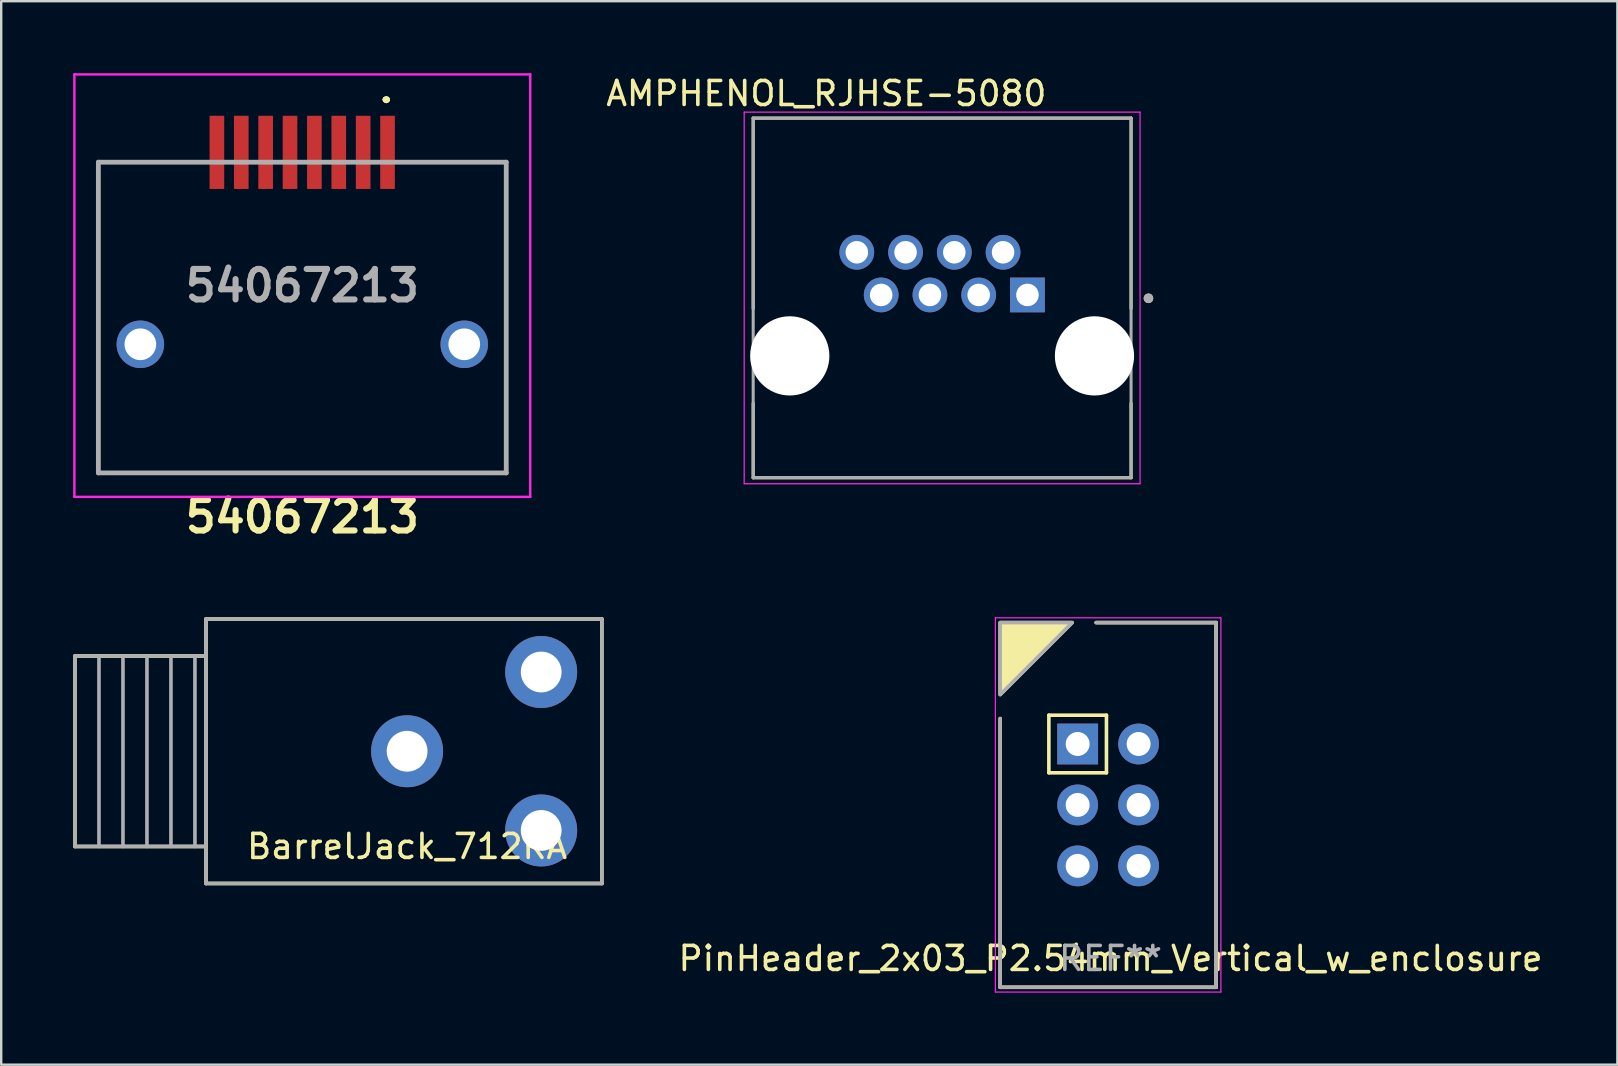
<source format=kicad_pcb>
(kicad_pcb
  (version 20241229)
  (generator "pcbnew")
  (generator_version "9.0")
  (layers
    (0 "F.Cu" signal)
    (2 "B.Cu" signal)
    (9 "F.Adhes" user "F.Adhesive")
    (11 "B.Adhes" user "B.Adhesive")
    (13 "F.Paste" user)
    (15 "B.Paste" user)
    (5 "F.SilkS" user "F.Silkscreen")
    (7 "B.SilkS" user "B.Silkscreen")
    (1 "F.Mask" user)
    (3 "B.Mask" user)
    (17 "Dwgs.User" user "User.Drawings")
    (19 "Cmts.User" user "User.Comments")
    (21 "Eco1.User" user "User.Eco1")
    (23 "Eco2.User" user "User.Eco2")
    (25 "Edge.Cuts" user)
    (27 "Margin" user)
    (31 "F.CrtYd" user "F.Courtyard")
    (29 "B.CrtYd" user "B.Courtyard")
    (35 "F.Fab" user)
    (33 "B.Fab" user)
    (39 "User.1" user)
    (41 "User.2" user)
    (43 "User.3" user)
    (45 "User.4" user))
  (footprint "54067213"
    (layer "F.Cu")
    (at 9.55 10.185)
    (property "Reference" "54067213" (at 0 8.3 0) (layer "F.SilkS") (effects (font (size 1.27 1.27) (thickness 0.254))))
    (attr through_hole)
    (fp_line (start -8.5 -6.475) (end -8.5 -6.475) (stroke (width 0.1) (type solid)) (layer "F.SilkS"))
    (fp_line (start -8.5 -6.475) (end -8.5 -6.475) (stroke (width 0.1) (type solid)) (layer "F.SilkS"))
    (fp_line (start -8.5 -6.475) (end -8.5 6.475) (stroke (width 0.1) (type solid)) (layer "F.SilkS"))
    (fp_line (start -8.5 -6.475) (end -4.5 -6.475) (stroke (width 0.1) (type solid)) (layer "F.SilkS"))
    (fp_line (start -8.5 6.475) (end -8.5 -6.475) (stroke (width 0.1) (type solid)) (layer "F.SilkS"))
    (fp_line (start -8.5 6.475) (end -8.5 6.475) (stroke (width 0.1) (type solid)) (layer "F.SilkS"))
    (fp_line (start -8.5 6.475) (end -8.5 6.475) (stroke (width 0.1) (type solid)) (layer "F.SilkS"))
    (fp_line (start -8.5 6.475) (end 8.5 6.475) (stroke (width 0.1) (type solid)) (layer "F.SilkS"))
    (fp_line (start -4.5 -6.475) (end -8.5 -6.475) (stroke (width 0.1) (type solid)) (layer "F.SilkS"))
    (fp_line (start -4.5 -6.475) (end -4.5 -6.475) (stroke (width 0.1) (type solid)) (layer "F.SilkS"))
    (fp_line (start 3.45 -9.085) (end 3.45 -9.085) (stroke (width 0.2) (type solid)) (layer "F.SilkS"))
    (fp_line (start 3.45 -9.085) (end 3.45 -9.085) (stroke (width 0.2) (type solid)) (layer "F.SilkS"))
    (fp_line (start 3.55 -9.085) (end 3.55 -9.085) (stroke (width 0.2) (type solid)) (layer "F.SilkS"))
    (fp_line (start 4.5 -6.475) (end 4.5 -6.475) (stroke (width 0.1) (type solid)) (layer "F.SilkS"))
    (fp_line (start 4.5 -6.475) (end 8.5 -6.475) (stroke (width 0.1) (type solid)) (layer "F.SilkS"))
    (fp_line (start 8.5 -6.475) (end 4.5 -6.475) (stroke (width 0.1) (type solid)) (layer "F.SilkS"))
    (fp_line (start 8.5 -6.475) (end 8.5 -6.475) (stroke (width 0.1) (type solid)) (layer "F.SilkS"))
    (fp_line (start 8.5 -6.475) (end 8.5 -6.475) (stroke (width 0.1) (type solid)) (layer "F.SilkS"))
    (fp_line (start 8.5 -6.475) (end 8.5 6.475) (stroke (width 0.1) (type solid)) (layer "F.SilkS"))
    (fp_line (start 8.5 6.475) (end -8.5 6.475) (stroke (width 0.1) (type solid)) (layer "F.SilkS"))
    (fp_line (start 8.5 6.475) (end 8.5 -6.475) (stroke (width 0.1) (type solid)) (layer "F.SilkS"))
    (fp_line (start 8.5 6.475) (end 8.5 6.475) (stroke (width 0.1) (type solid)) (layer "F.SilkS"))
    (fp_line (start 8.5 6.475) (end 8.5 6.475) (stroke (width 0.1) (type solid)) (layer "F.SilkS"))
    (fp_arc (start 3.45 -9.085) (mid 3.5 -9.135) (end 3.55 -9.085) (stroke (width 0.2) (type solid)) (layer "F.SilkS"))
    (fp_arc (start 3.55 -9.085) (mid 3.5 -9.035) (end 3.45 -9.085) (stroke (width 0.2) (type solid)) (layer "F.SilkS"))
    (fp_arc (start 3.55 -9.085) (mid 3.5 -9.035) (end 3.45 -9.085) (stroke (width 0.2) (type solid)) (layer "F.SilkS"))
    (fp_line (start -9.5 -10.135) (end 9.5 -10.135) (stroke (width 0.1) (type solid)) (layer "F.CrtYd"))
    (fp_line (start -9.5 7.475) (end -9.5 -10.135) (stroke (width 0.1) (type solid)) (layer "F.CrtYd"))
    (fp_line (start 9.5 -10.135) (end 9.5 7.475) (stroke (width 0.1) (type solid)) (layer "F.CrtYd"))
    (fp_line (start 9.5 7.475) (end -9.5 7.475) (stroke (width 0.1) (type solid)) (layer "F.CrtYd"))
    (fp_line (start -8.5 -6.475) (end -8.5 6.475) (stroke (width 0.2) (type solid)) (layer "F.Fab"))
    (fp_line (start -8.5 6.475) (end 8.5 6.475) (stroke (width 0.2) (type solid)) (layer "F.Fab"))
    (fp_line (start 8.5 -6.475) (end -8.5 -6.475) (stroke (width 0.2) (type solid)) (layer "F.Fab"))
    (fp_line (start 8.5 6.475) (end 8.5 -6.475) (stroke (width 0.2) (type solid)) (layer "F.Fab"))
    (fp_text user "${REFERENCE}" (at 0 -1.33 0) (layer "F.Fab") (effects (font (size 1.27 1.27) (thickness 0.254))))
    (pad "1" smd rect (at 3.552 -6.885) (size 0.61 3.05) (layers "F.Cu" "F.Mask" "F.Paste"))
    (pad "2" smd rect (at 2.536 -6.885) (size 0.61 3.05) (layers "F.Cu" "F.Mask" "F.Paste"))
    (pad "3" smd rect (at 1.52 -6.885) (size 0.61 3.05) (layers "F.Cu" "F.Mask" "F.Paste"))
    (pad "4" smd rect (at 0.504 -6.885) (size 0.61 3.05) (layers "F.Cu" "F.Mask" "F.Paste"))
    (pad "5" smd rect (at -0.512 -6.885) (size 0.61 3.05) (layers "F.Cu" "F.Mask" "F.Paste"))
    (pad "6" smd rect (at -1.528 -6.885) (size 0.61 3.05) (layers "F.Cu" "F.Mask" "F.Paste"))
    (pad "7" smd rect (at -2.544 -6.885) (size 0.61 3.05) (layers "F.Cu" "F.Mask" "F.Paste"))
    (pad "8" smd rect (at -3.56 -6.885) (size 0.61 3.05) (layers "F.Cu" "F.Mask" "F.Paste"))
    (pad "MH1" thru_hole circle (at 6.75 1.115) (size 1.98 1.98) (drill 1.32) (layers "*.Cu" "*.Mask"))
    (pad "MH2" thru_hole circle (at -6.75 1.115) (size 1.98 1.98) (drill 1.32) (layers "*.Cu" "*.Mask")))
  (footprint "BarrelJack_712RA"
    (layer "F.Cu")
    (at 13.918 28.261)
    (property "Reference" "BarrelJack_712RA" (at 0 3.969 0) (layer "F.SilkS") (effects (font (size 1 1) (thickness 0.15))))
    (attr through_hole)
    (fp_line (start -13.843 -3.969) (end -13.843 3.969) (stroke (width 0.15) (type solid)) (layer "F.SilkS"))
    (fp_line (start -13.843 -3.969) (end -8.443 -3.969) (stroke (width 0.15) (type solid)) (layer "F.SilkS"))
    (fp_line (start -13.843 3.969) (end -8.443 3.969) (stroke (width 0.15) (type solid)) (layer "F.SilkS"))
    (fp_line (start -8.382 -5.512) (end -8.382 5.512) (stroke (width 0.15) (type solid)) (layer "F.SilkS"))
    (fp_line (start -8.382 -5.512) (end 8.118 -5.512) (stroke (width 0.15) (type solid)) (layer "F.SilkS"))
    (fp_line (start -8.382 5.512) (end 8.118 5.512) (stroke (width 0.15) (type solid)) (layer "F.SilkS"))
    (fp_line (start 8.118 -5.512) (end 8.118 5.512) (stroke (width 0.15) (type solid)) (layer "F.SilkS"))
    (fp_line (start -13.843 -3.969) (end -13.843 3.969) (stroke (width 0.15) (type solid)) (layer "F.Fab"))
    (fp_line (start -13.843 -3.969) (end -8.443 -3.969) (stroke (width 0.15) (type solid)) (layer "F.Fab"))
    (fp_line (start -13.843 3.969) (end -8.443 3.969) (stroke (width 0.15) (type solid)) (layer "F.Fab"))
    (fp_line (start -12.843 -3.969) (end -12.843 3.969) (stroke (width 0.15) (type solid)) (layer "F.Fab"))
    (fp_line (start -11.843 -3.969) (end -11.843 3.969) (stroke (width 0.15) (type solid)) (layer "F.Fab"))
    (fp_line (start -10.843 -3.969) (end -10.843 3.969) (stroke (width 0.15) (type solid)) (layer "F.Fab"))
    (fp_line (start -9.843 -3.969) (end -9.843 3.969) (stroke (width 0.15) (type solid)) (layer "F.Fab"))
    (fp_line (start -8.843 -3.969) (end -8.843 3.969) (stroke (width 0.15) (type solid)) (layer "F.Fab"))
    (fp_line (start -8.382 -5.512) (end -8.382 5.512) (stroke (width 0.15) (type solid)) (layer "F.Fab"))
    (fp_line (start -8.382 -5.512) (end 8.118 -5.512) (stroke (width 0.15) (type solid)) (layer "F.Fab"))
    (fp_line (start -8.382 5.512) (end 8.118 5.512) (stroke (width 0.15) (type solid)) (layer "F.Fab"))
    (fp_line (start 8.118 -5.512) (end 8.118 5.512) (stroke (width 0.15) (type solid)) (layer "F.Fab"))
    (pad "1" thru_hole circle (at 5.588 -3.302) (size 3 3) (drill 1.7) (layers "*.Cu" "*.Mask"))
    (pad "2" thru_hole circle (at 0 0) (size 3 3) (drill 1.7) (layers "*.Cu" "*.Mask"))
    (pad "3" thru_hole circle (at 5.588 3.302) (size 3 3) (drill 1.7) (layers "*.Cu" "*.Mask")))
  (footprint "PinHeader_2x03_P2.54mm_Vertical_w_enclosure"
    (layer "F.Cu")
    (at 43.136 30.499)
    (property "Reference" "PinHeader_2x03_P2.54mm_Vertical_w_enclosure" (at 0.1 6.4 0) (layer "F.SilkS") (effects (font (size 1 1) (thickness 0.15))))
    (attr through_hole)
    (fp_line (start -4.5 -3.6) (end -4.5 7.6) (stroke (width 0.15) (type solid)) (layer "F.SilkS"))
    (fp_line (start -4.5 7.6) (end 4.5 7.6) (stroke (width 0.15) (type solid)) (layer "F.SilkS"))
    (fp_line (start -2.47 -3.74) (end -0.07 -3.74) (stroke (width 0.15) (type solid)) (layer "F.SilkS"))
    (fp_line (start -2.47 -1.34) (end -2.47 -3.74) (stroke (width 0.15) (type solid)) (layer "F.SilkS"))
    (fp_line (start -0.07 -3.74) (end -0.07 -1.34) (stroke (width 0.15) (type solid)) (layer "F.SilkS"))
    (fp_line (start -0.07 -1.34) (end -2.47 -1.34) (stroke (width 0.15) (type solid)) (layer "F.SilkS"))
    (fp_line (start 4.5 -7.6) (end -0.5 -7.6) (stroke (width 0.15) (type solid)) (layer "F.SilkS"))
    (fp_line (start 4.5 7.6) (end 4.5 -7.6) (stroke (width 0.15) (type solid)) (layer "F.SilkS"))
    (fp_poly (pts (xy -4.5 -7.6) (xy -1.5 -7.6) (xy -4.5 -4.6)) (stroke (width 0.15) (type solid)) (fill yes) (layer "F.SilkS"))
    (fp_line (start -4.7 -7.8) (end -4.7 7.8) (stroke (width 0.05) (type solid)) (layer "F.CrtYd"))
    (fp_line (start -4.7 7.8) (end 4.7 7.8) (stroke (width 0.05) (type solid)) (layer "F.CrtYd"))
    (fp_line (start 4.7 -7.8) (end -4.7 -7.8) (stroke (width 0.05) (type solid)) (layer "F.CrtYd"))
    (fp_line (start 4.7 7.8) (end 4.7 -7.8) (stroke (width 0.05) (type solid)) (layer "F.CrtYd"))
    (fp_line (start -4.5 -3.6) (end -4.5 7.6) (stroke (width 0.15) (type solid)) (layer "F.Fab"))
    (fp_line (start -4.5 7.6) (end 4.5 7.6) (stroke (width 0.15) (type solid)) (layer "F.Fab"))
    (fp_line (start 4.5 -7.6) (end -0.5 -7.6) (stroke (width 0.15) (type solid)) (layer "F.Fab"))
    (fp_line (start 4.5 7.6) (end 4.5 -7.6) (stroke (width 0.15) (type solid)) (layer "F.Fab"))
    (fp_poly (pts (xy -4.5 -7.6) (xy -1.5 -7.6) (xy -4.5 -4.6)) (stroke (width 0.15) (type solid)) (fill no) (layer "F.Fab"))
    (fp_text user "REF**" (at 0.1 6.4 0) (layer "F.Fab") (effects (font (size 1 1) (thickness 0.15))))
    (pad "1" thru_hole rect (at -1.27 -2.54) (size 1.7 1.7) (drill 1) (layers "*.Cu" "*.Mask"))
    (pad "2" thru_hole circle (at 1.27 -2.54) (size 1.7 1.7) (drill 1) (layers "*.Cu" "*.Mask"))
    (pad "3" thru_hole circle (at -1.27 0) (size 1.7 1.7) (drill 1) (layers "*.Cu" "*.Mask"))
    (pad "4" thru_hole circle (at 1.27 0) (size 1.7 1.7) (drill 1) (layers "*.Cu" "*.Mask"))
    (pad "5" thru_hole circle (at -1.27 2.54) (size 1.7 1.7) (drill 1) (layers "*.Cu" "*.Mask"))
    (pad "6" thru_hole circle (at 1.27 2.54) (size 1.7 1.7) (drill 1) (layers "*.Cu" "*.Mask")))
  (footprint "AMPHENOL_RJHSE-5080"
    (layer "F.Cu")
    (at 36.217 11.783)
    (property "Reference" "AMPHENOL_RJHSE-5080" (at -4.825 -10.935 0) (layer "F.SilkS") (effects (font (size 1 1) (thickness 0.15))))
    (attr through_hole)
    (fp_line (start -7.875 -9.91) (end 7.875 -9.91) (stroke (width 0.127) (type solid)) (layer "F.SilkS"))
    (fp_line (start -7.875 -1.97) (end -7.875 -9.91) (stroke (width 0.127) (type solid)) (layer "F.SilkS"))
    (fp_line (start -7.875 1.97) (end -7.875 5.08) (stroke (width 0.127) (type solid)) (layer "F.SilkS"))
    (fp_line (start -7.875 5.08) (end 7.875 5.08) (stroke (width 0.127) (type solid)) (layer "F.SilkS"))
    (fp_line (start 7.875 -9.91) (end 7.875 -1.97) (stroke (width 0.127) (type solid)) (layer "F.SilkS"))
    (fp_line (start 7.875 5.08) (end 7.875 1.97) (stroke (width 0.127) (type solid)) (layer "F.SilkS"))
    (fp_circle (center 8.6 -2.4) (end 8.7 -2.4) (stroke (width 0.2) (type solid)) (fill no) (layer "F.SilkS"))
    (fp_line (start -8.25 -10.16) (end -8.25 5.33) (stroke (width 0.05) (type solid)) (layer "F.CrtYd"))
    (fp_line (start -8.25 5.33) (end 8.25 5.33) (stroke (width 0.05) (type solid)) (layer "F.CrtYd"))
    (fp_line (start 8.25 -10.16) (end -8.25 -10.16) (stroke (width 0.05) (type solid)) (layer "F.CrtYd"))
    (fp_line (start 8.25 5.33) (end 8.25 -10.16) (stroke (width 0.05) (type solid)) (layer "F.CrtYd"))
    (fp_line (start -7.875 -9.91) (end -7.875 5.08) (stroke (width 0.127) (type solid)) (layer "F.Fab"))
    (fp_line (start -7.875 5.08) (end 7.875 5.08) (stroke (width 0.127) (type solid)) (layer "F.Fab"))
    (fp_line (start 7.875 -9.91) (end -7.875 -9.91) (stroke (width 0.127) (type solid)) (layer "F.Fab"))
    (fp_line (start 7.875 5.08) (end 7.875 -9.91) (stroke (width 0.127) (type solid)) (layer "F.Fab"))
    (fp_circle (center 8.6 -2.4) (end 8.7 -2.4) (stroke (width 0.2) (type solid)) (fill no) (layer "F.Fab"))
    (pad "" np_thru_hole circle (at -6.35 0) (size 3.302 3.302) (drill 3.302) (layers "*.Cu" "*.Mask"))
    (pad "" np_thru_hole circle (at 6.35 0) (size 3.302 3.302) (drill 3.302) (layers "*.Cu" "*.Mask"))
    (pad "1" thru_hole rect (at 3.556 -2.54) (size 1.448 1.448) (drill 0.94) (layers "*.Cu" "*.Mask"))
    (pad "2" thru_hole circle (at 2.54 -4.318) (size 1.448 1.448) (drill 0.94) (layers "*.Cu" "*.Mask"))
    (pad "3" thru_hole circle (at 1.524 -2.54) (size 1.448 1.448) (drill 0.94) (layers "*.Cu" "*.Mask"))
    (pad "4" thru_hole circle (at 0.508 -4.318) (size 1.448 1.448) (drill 0.94) (layers "*.Cu" "*.Mask"))
    (pad "5" thru_hole circle (at -0.508 -2.54) (size 1.448 1.448) (drill 0.94) (layers "*.Cu" "*.Mask"))
    (pad "6" thru_hole circle (at -1.524 -4.318) (size 1.448 1.448) (drill 0.94) (layers "*.Cu" "*.Mask"))
    (pad "7" thru_hole circle (at -2.54 -2.54) (size 1.448 1.448) (drill 0.94) (layers "*.Cu" "*.Mask"))
    (pad "8" thru_hole circle (at -3.556 -4.318) (size 1.448 1.448) (drill 0.94) (layers "*.Cu" "*.Mask")))
  (gr_rect
    (start -3 -3)
    (end 64.361 41.324)
    (stroke (width 0.1) (type default))
    (fill no)
    (layer "Edge.Cuts")))
</source>
